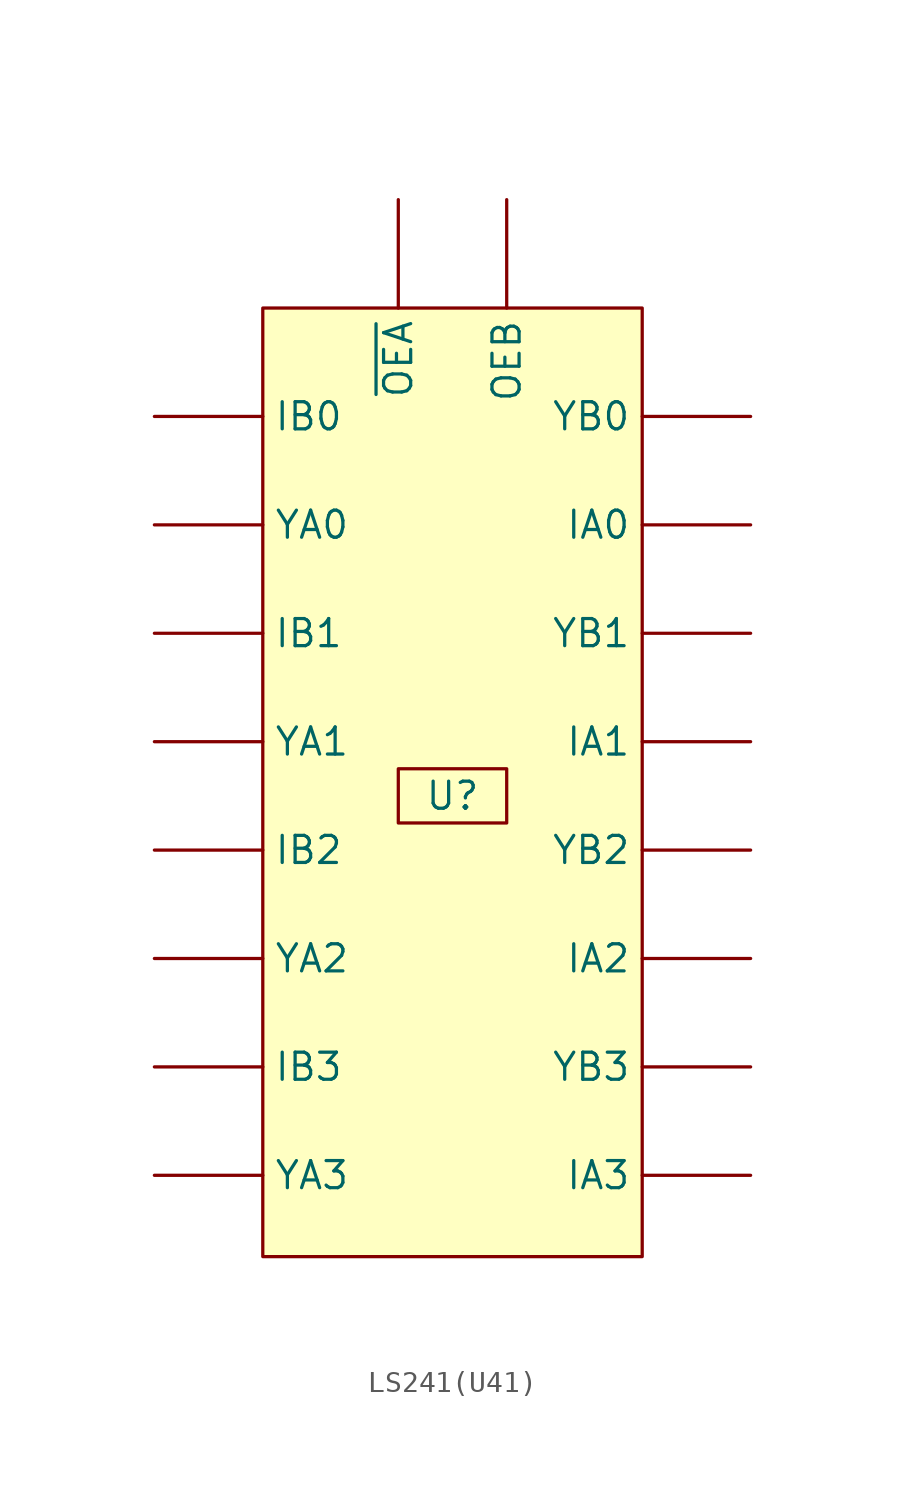
<source format=kicad_sym>
(kicad_symbol_lib
  (version 20211014)
  (generator kicad_symbol_editor)
  (symbol "LS241(U41)"
    (property "Reference" "U"
      (at 8.89 -17.78 0)
      (effects (font (size 1.27 1.27))))
    (symbol "LS241(U41)_0_0"
      (rectangle (start 0 5.08) (end 17.78 -39.37) (stroke (width 0) (type default) (color 0 0 0 0)) (fill (type background))))
    (symbol "LS241(U41)_0_1"
      (rectangle (start 6.35 -16.51) (end 11.43 -19.05) (stroke (width 0) (type default) (color 0 0 0 0)) (fill (type none))))
    (symbol "LS241(U41)_1_1"
      (pin passive line (at 22.86 -5.08 180) (length 5.08) (name "IA0" (effects (font (size 1.27 1.27)))) (number "" (effects (font (size 1.27 1.27)))))
      (pin passive line (at 22.86 -15.24 180) (length 5.08) (name "IA1" (effects (font (size 1.27 1.27)))) (number "" (effects (font (size 1.27 1.27)))))
      (pin passive line (at 22.86 -25.4 180) (length 5.08) (name "IA2" (effects (font (size 1.27 1.27)))) (number "" (effects (font (size 1.27 1.27)))))
      (pin passive line (at 22.86 -35.56 180) (length 5.08) (name "IA3" (effects (font (size 1.27 1.27)))) (number "" (effects (font (size 1.27 1.27)))))
      (pin passive line (at -5.08 0 0) (length 5.08) (name "IB0" (effects (font (size 1.27 1.27)))) (number "" (effects (font (size 1.27 1.27)))))
      (pin passive line (at -5.08 -10.16 0) (length 5.08) (name "IB1" (effects (font (size 1.27 1.27)))) (number "" (effects (font (size 1.27 1.27)))))
      (pin passive line (at -5.08 -20.32 0) (length 5.08) (name "IB2" (effects (font (size 1.27 1.27)))) (number "" (effects (font (size 1.27 1.27)))))
      (pin passive line (at -5.08 -30.48 0) (length 5.08) (name "IB3" (effects (font (size 1.27 1.27)))) (number "" (effects (font (size 1.27 1.27)))))
      (pin passive line (at 11.43 10.16 270) (length 5.08) (name "OEB" (effects (font (size 1.27 1.27)))) (number "" (effects (font (size 1.27 1.27)))))
      (pin passive line (at -5.08 -5.08 0) (length 5.08) (name "YA0" (effects (font (size 1.27 1.27)))) (number "" (effects (font (size 1.27 1.27)))))
      (pin passive line (at -5.08 -15.24 0) (length 5.08) (name "YA1" (effects (font (size 1.27 1.27)))) (number "" (effects (font (size 1.27 1.27)))))
      (pin passive line (at -5.08 -25.4 0) (length 5.08) (name "YA2" (effects (font (size 1.27 1.27)))) (number "" (effects (font (size 1.27 1.27)))))
      (pin passive line (at -5.08 -35.56 0) (length 5.08) (name "YA3" (effects (font (size 1.27 1.27)))) (number "" (effects (font (size 1.27 1.27)))))
      (pin passive line (at 22.86 0 180) (length 5.08) (name "YB0" (effects (font (size 1.27 1.27)))) (number "" (effects (font (size 1.27 1.27)))))
      (pin passive line (at 22.86 -10.16 180) (length 5.08) (name "YB1" (effects (font (size 1.27 1.27)))) (number "" (effects (font (size 1.27 1.27)))))
      (pin passive line (at 22.86 -20.32 180) (length 5.08) (name "YB2" (effects (font (size 1.27 1.27)))) (number "" (effects (font (size 1.27 1.27)))))
      (pin passive line (at 22.86 -30.48 180) (length 5.08) (name "YB3" (effects (font (size 1.27 1.27)))) (number "" (effects (font (size 1.27 1.27)))))
      (pin passive line (at 6.35 10.16 270) (length 5.08) (name "~{OEA}" (effects (font (size 1.27 1.27)))) (number "" (effects (font (size 1.27 1.27))))))))
</source>
